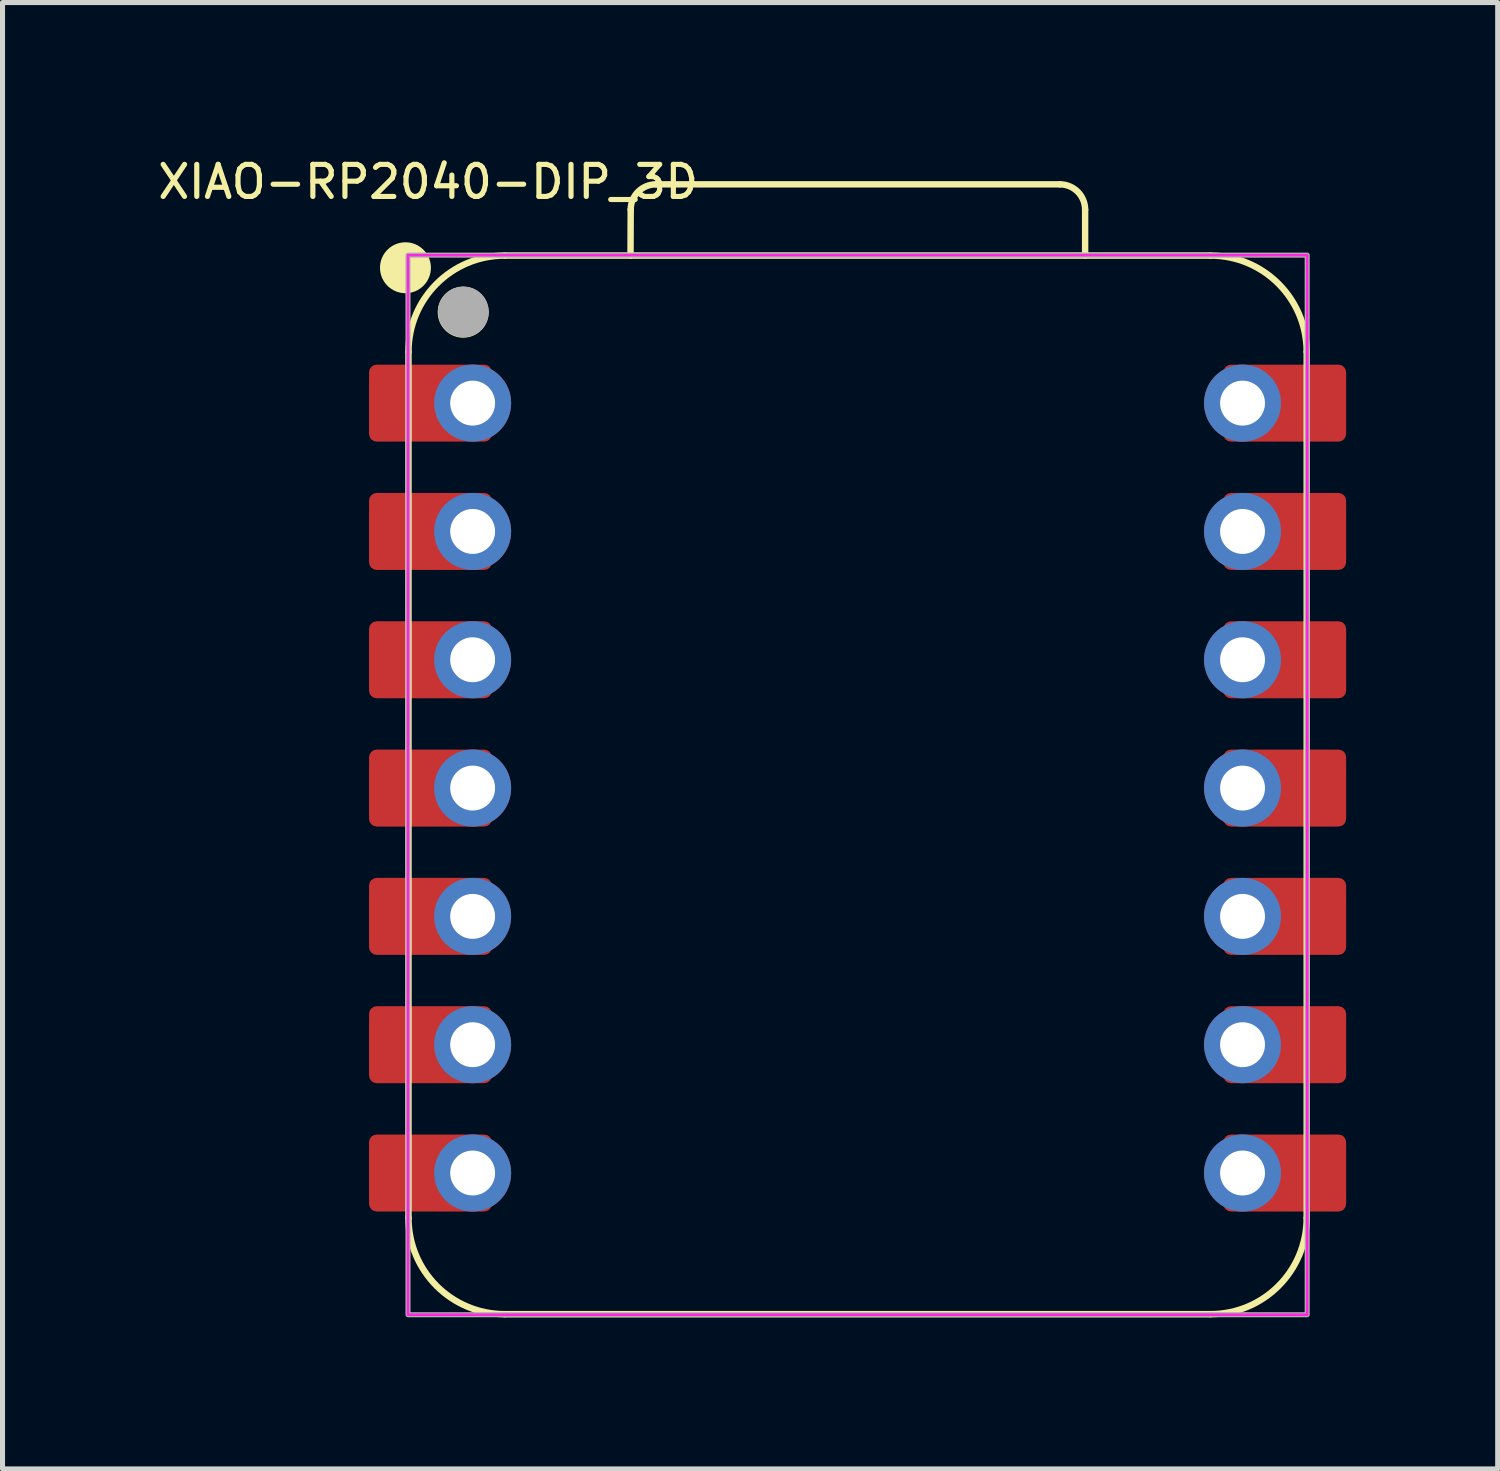
<source format=kicad_pcb>
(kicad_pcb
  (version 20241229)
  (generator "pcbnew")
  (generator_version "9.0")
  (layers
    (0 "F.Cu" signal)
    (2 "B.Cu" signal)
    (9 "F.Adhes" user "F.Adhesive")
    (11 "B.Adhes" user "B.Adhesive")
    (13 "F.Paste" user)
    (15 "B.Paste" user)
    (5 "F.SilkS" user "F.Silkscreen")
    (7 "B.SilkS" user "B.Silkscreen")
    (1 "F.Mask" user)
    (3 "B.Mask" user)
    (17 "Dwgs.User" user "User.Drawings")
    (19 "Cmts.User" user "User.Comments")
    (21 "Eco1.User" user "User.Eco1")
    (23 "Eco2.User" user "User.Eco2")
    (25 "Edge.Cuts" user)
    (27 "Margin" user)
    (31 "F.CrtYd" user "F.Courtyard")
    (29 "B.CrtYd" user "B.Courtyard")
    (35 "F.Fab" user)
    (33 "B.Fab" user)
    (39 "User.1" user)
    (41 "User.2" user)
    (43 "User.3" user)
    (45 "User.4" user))
  (footprint "XIAO-RP2040-DIP_3D"
    (layer "F.Cu")
    (at 13.926 12.55)
    (property "Reference" "XIAO-RP2040-DIP_3D" (at -8.5 -12 0) (unlocked yes) (layer "F.SilkS") (effects (font (size 0.635 0.635) (thickness 0.102))))
    (attr smd)
    (fp_line (start -8.89 8.509) (end -8.89 -8.636) (stroke (width 0.127) (type solid)) (layer "F.SilkS"))
    (fp_line (start -6.985 10.414) (end 6.985 10.414) (stroke (width 0.127) (type solid)) (layer "F.SilkS"))
    (fp_line (start -4.495 -10.541) (end -4.491 -11.451) (stroke (width 0.127) (type solid)) (layer "F.SilkS"))
    (fp_line (start -3.991 -11.951) (end 4.004 -11.951) (stroke (width 0.127) (type solid)) (layer "F.SilkS"))
    (fp_line (start 4.504 -11.451) (end 4.504 -10.541) (stroke (width 0.127) (type solid)) (layer "F.SilkS"))
    (fp_line (start 6.985 -10.541) (end -6.985 -10.541) (stroke (width 0.1) (type solid)) (layer "F.SilkS"))
    (fp_line (start 6.985 -10.541) (end -6.985 -10.541) (stroke (width 0.127) (type solid)) (layer "F.SilkS"))
    (fp_line (start 8.89 8.509) (end 8.89 -8.636) (stroke (width 0.127) (type solid)) (layer "F.SilkS"))
    (fp_arc (start -8.89 -8.636) (mid -8.332038 -9.983038) (end -6.985 -10.541) (stroke (width 0.127) (type solid)) (layer "F.SilkS"))
    (fp_arc (start -6.985 10.414) (mid -8.332038 9.856038) (end -8.89 8.509) (stroke (width 0.127) (type solid)) (layer "F.SilkS"))
    (fp_arc (start -4.491272 -11.451272) (mid -4.344728 -11.80464) (end -3.991272 -11.951) (stroke (width 0.127) (type default)) (layer "F.SilkS"))
    (fp_arc (start 4.004 -11.951) (mid 4.357553 -11.804553) (end 4.504 -11.451) (stroke (width 0.127) (type default)) (layer "F.SilkS"))
    (fp_arc (start 6.985 -10.541) (mid 8.332038 -9.983038) (end 8.89 -8.636) (stroke (width 0.127) (type solid)) (layer "F.SilkS"))
    (fp_arc (start 8.89 8.509) (mid 8.332038 9.856038) (end 6.985 10.414) (stroke (width 0.127) (type solid)) (layer "F.SilkS"))
    (fp_circle (center -8.95 -10.3) (end -8.95 -10.554) (stroke (width 0.5) (type solid)) (fill yes) (layer "F.SilkS"))
    (fp_circle (center -7.807 -9.42) (end -7.807 -9.674) (stroke (width 0.5) (type solid)) (fill yes) (layer "F.SilkS"))
    (fp_rect (start -8.9 -10.55) (end 8.9 10.425) (stroke (width 0.05) (type default)) (fill no) (layer "F.CrtYd"))
    (fp_rect (start -8.9 -10.55) (end 8.9 10.425) (stroke (width 0.1) (type default)) (fill no) (layer "F.Fab"))
    (fp_circle (center -7.804 -9.426) (end -7.804 -9.68) (stroke (width 0.5) (type solid)) (fill no) (layer "F.Fab"))
    (pad "1" smd roundrect (at -8.455 -7.62 180) (size 2.432 1.524) (layers "F.Cu" "F.Mask") (roundrect_rratio 0.1))
    (pad "1" thru_hole circle (at -7.62 -7.62 180) (size 1.524 1.524) (drill 0.889) (layers "*.Cu" "*.Mask"))
    (pad "2" smd roundrect (at -8.455 -5.08 180) (size 2.432 1.524) (layers "F.Cu" "F.Mask") (roundrect_rratio 0.1))
    (pad "2" thru_hole circle (at -7.62 -5.08 180) (size 1.524 1.524) (drill 0.889) (layers "*.Cu" "*.Mask"))
    (pad "3" smd roundrect (at -8.455 -2.54 180) (size 2.432 1.524) (layers "F.Cu" "F.Mask") (roundrect_rratio 0.1))
    (pad "3" thru_hole circle (at -7.62 -2.54 180) (size 1.524 1.524) (drill 0.889) (layers "*.Cu" "*.Mask"))
    (pad "4" smd roundrect (at -8.455 0 180) (size 2.432 1.524) (layers "F.Cu" "F.Mask") (roundrect_rratio 0.1))
    (pad "4" thru_hole circle (at -7.62 0 180) (size 1.524 1.524) (drill 0.889) (layers "*.Cu" "*.Mask"))
    (pad "5" smd roundrect (at -8.455 2.54 180) (size 2.432 1.524) (layers "F.Cu" "F.Mask") (roundrect_rratio 0.1))
    (pad "5" thru_hole circle (at -7.62 2.54 180) (size 1.524 1.524) (drill 0.889) (layers "*.Cu" "*.Mask"))
    (pad "6" smd roundrect (at -8.455 5.08 180) (size 2.432 1.524) (layers "F.Cu" "F.Mask") (roundrect_rratio 0.1))
    (pad "6" thru_hole circle (at -7.62 5.08 180) (size 1.524 1.524) (drill 0.889) (layers "*.Cu" "*.Mask"))
    (pad "7" smd roundrect (at -8.455 7.62 180) (size 2.432 1.524) (layers "F.Cu" "F.Mask") (roundrect_rratio 0.1))
    (pad "7" thru_hole circle (at -7.62 7.62 180) (size 1.524 1.524) (drill 0.889) (layers "*.Cu" "*.Mask"))
    (pad "8" thru_hole circle (at 7.62 7.62) (size 1.524 1.524) (drill 0.889) (layers "*.Cu" "*.Mask"))
    (pad "8" smd roundrect (at 8.455 7.62) (size 2.432 1.524) (layers "F.Cu" "F.Mask") (roundrect_rratio 0.1))
    (pad "9" thru_hole circle (at 7.62 5.08) (size 1.524 1.524) (drill 0.889) (layers "*.Cu" "*.Mask"))
    (pad "9" smd roundrect (at 8.455 5.08) (size 2.432 1.524) (layers "F.Cu" "F.Mask") (roundrect_rratio 0.1))
    (pad "10" thru_hole circle (at 7.62 2.54) (size 1.524 1.524) (drill 0.889) (layers "*.Cu" "*.Mask"))
    (pad "10" smd roundrect (at 8.455 2.54) (size 2.432 1.524) (layers "F.Cu" "F.Mask") (roundrect_rratio 0.1))
    (pad "11" thru_hole circle (at 7.62 0) (size 1.524 1.524) (drill 0.889) (layers "*.Cu" "*.Mask"))
    (pad "11" smd roundrect (at 8.455 0) (size 2.432 1.524) (layers "F.Cu" "F.Mask") (roundrect_rratio 0.1))
    (pad "12" thru_hole circle (at 7.62 -2.54) (size 1.524 1.524) (drill 0.889) (layers "*.Cu" "*.Mask"))
    (pad "12" smd roundrect (at 8.455 -2.54) (size 2.432 1.524) (layers "F.Cu" "F.Mask") (roundrect_rratio 0.1))
    (pad "13" thru_hole circle (at 7.62 -5.08) (size 1.524 1.524) (drill 0.889) (layers "*.Cu" "*.Mask"))
    (pad "13" smd roundrect (at 8.455 -5.08) (size 2.432 1.524) (layers "F.Cu" "F.Mask") (roundrect_rratio 0.1))
    (pad "14" thru_hole circle (at 7.62 -7.62) (size 1.524 1.524) (drill 0.889) (layers "*.Cu" "*.Mask"))
    (pad "14" smd roundrect (at 8.455 -7.62) (size 2.432 1.524) (layers "F.Cu" "F.Mask") (roundrect_rratio 0.1)))
  (gr_rect
    (start -3 -3)
    (end 26.597 26.027)
    (stroke (width 0.1) (type default))
    (fill no)
    (layer "Edge.Cuts")))
</source>
